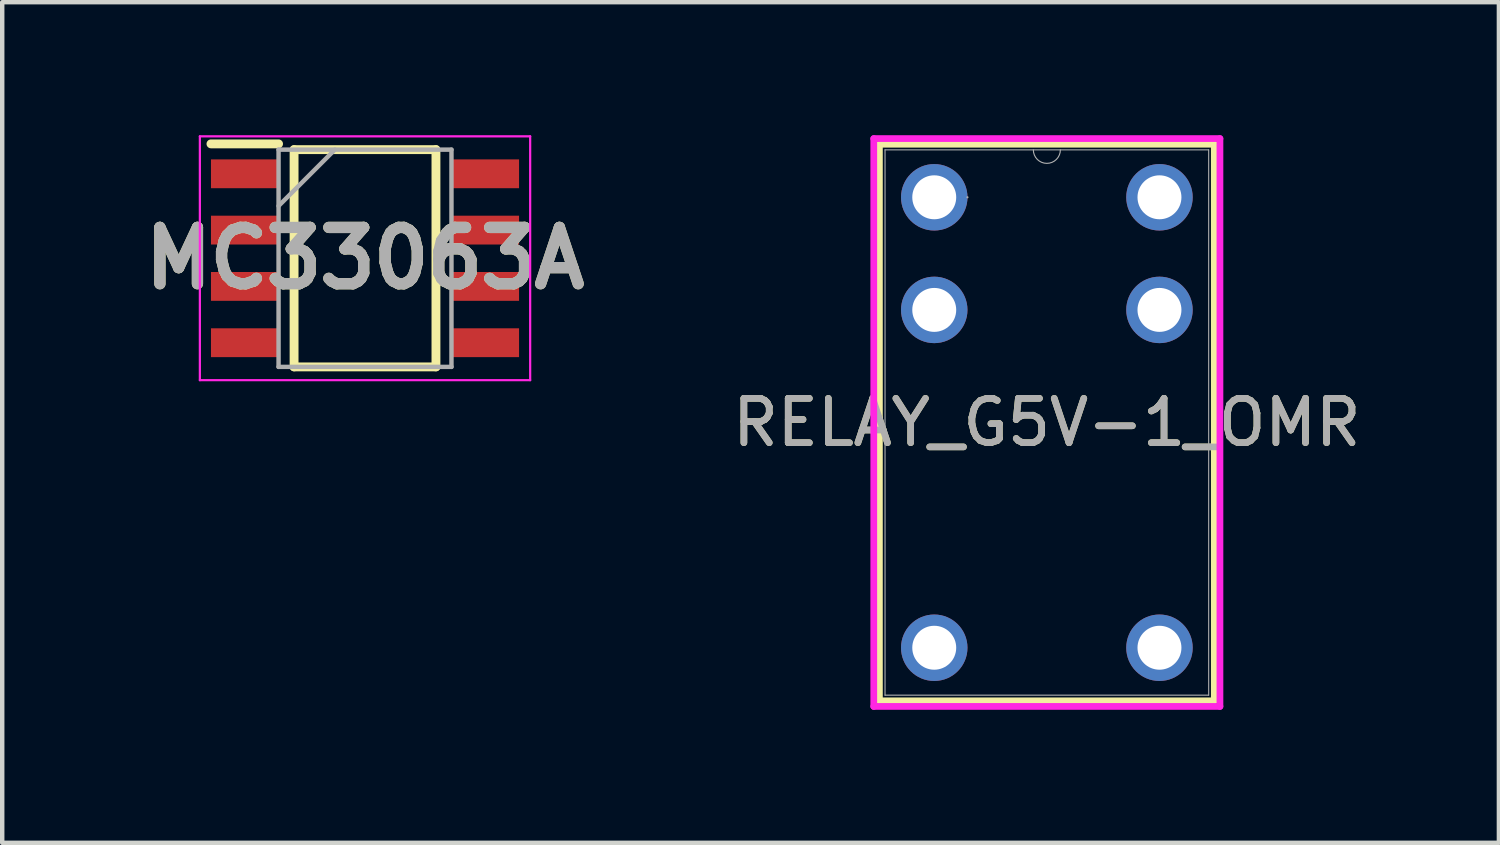
<source format=kicad_pcb>
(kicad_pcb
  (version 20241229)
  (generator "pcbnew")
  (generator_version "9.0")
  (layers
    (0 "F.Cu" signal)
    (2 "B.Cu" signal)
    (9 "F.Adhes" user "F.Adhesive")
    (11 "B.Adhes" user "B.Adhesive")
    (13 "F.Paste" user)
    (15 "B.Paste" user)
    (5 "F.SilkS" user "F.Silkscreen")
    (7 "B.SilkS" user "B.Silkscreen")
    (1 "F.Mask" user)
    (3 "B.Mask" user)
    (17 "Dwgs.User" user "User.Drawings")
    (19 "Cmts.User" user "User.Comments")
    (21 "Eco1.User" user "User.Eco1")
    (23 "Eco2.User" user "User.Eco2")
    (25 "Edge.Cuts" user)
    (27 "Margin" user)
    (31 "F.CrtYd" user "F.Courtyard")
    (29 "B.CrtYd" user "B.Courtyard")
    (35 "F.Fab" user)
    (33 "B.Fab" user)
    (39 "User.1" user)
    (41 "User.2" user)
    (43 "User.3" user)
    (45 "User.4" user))
  (footprint "RELAY_G5V-1_OMR"
    (layer "F.Cu")
    (at 23.102 11.56)
    (property "Reference" "RELAY_G5V-1_OMR" (at -2.54 -5.08 0) (unlocked yes) (layer "F.SilkS") (effects (font (size 1 1) (thickness 0.15))))
    (attr through_hole)
    (fp_line (start -6.317 -11.357) (end -6.317 1.197) (stroke (width 0.152) (type solid)) (layer "F.SilkS"))
    (fp_line (start -6.317 1.197) (end 1.237 1.197) (stroke (width 0.152) (type solid)) (layer "F.SilkS"))
    (fp_line (start 1.237 -11.357) (end -6.317 -11.357) (stroke (width 0.152) (type solid)) (layer "F.SilkS"))
    (fp_line (start 1.237 1.197) (end 1.237 -11.357) (stroke (width 0.152) (type solid)) (layer "F.SilkS"))
    (fp_line (start -6.444 -11.484) (end 1.364 -11.484) (stroke (width 0.152) (type solid)) (layer "F.CrtYd"))
    (fp_line (start -6.444 1.324) (end -6.444 -11.484) (stroke (width 0.152) (type solid)) (layer "F.CrtYd"))
    (fp_line (start 1.364 -11.484) (end 1.364 1.324) (stroke (width 0.152) (type solid)) (layer "F.CrtYd"))
    (fp_line (start 1.364 1.324) (end -6.444 1.324) (stroke (width 0.152) (type solid)) (layer "F.CrtYd"))
    (fp_line (start -6.19 -11.23) (end -6.19 1.07) (stroke (width 0.025) (type solid)) (layer "F.Fab"))
    (fp_line (start -6.19 1.07) (end 1.11 1.07) (stroke (width 0.025) (type solid)) (layer "F.Fab"))
    (fp_line (start 1.11 -11.23) (end -6.19 -11.23) (stroke (width 0.025) (type solid)) (layer "F.Fab"))
    (fp_line (start 1.11 1.07) (end 1.11 -11.23) (stroke (width 0.025) (type solid)) (layer "F.Fab"))
    (fp_arc (start -2.2352 -11.230001) (mid -2.54 -10.925201) (end -2.8448 -11.230001) (stroke (width 0.0254) (type solid)) (layer "F.Fab"))
    (fp_circle (center -4.331 -10.16) (end -4.331 -10.16) (stroke (width 0.025) (type solid)) (fill no) (layer "F.Fab"))
    (fp_text user "${REFERENCE}" (at -2.54 -5.08 0) (unlocked yes) (layer "F.Fab") (effects (font (size 1 1) (thickness 0.15))))
    (pad "1" thru_hole circle (at -5.08 -10.16) (size 1.499 1.499) (drill 0.991) (layers "*.Cu" "*.Mask"))
    (pad "2" thru_hole circle (at -5.08 -7.62) (size 1.499 1.499) (drill 0.991) (layers "*.Cu" "*.Mask"))
    (pad "5" thru_hole circle (at -5.08 0) (size 1.499 1.499) (drill 0.991) (layers "*.Cu" "*.Mask"))
    (pad "6" thru_hole circle (at 0 0) (size 1.499 1.499) (drill 0.991) (layers "*.Cu" "*.Mask"))
    (pad "9" thru_hole circle (at 0 -7.62) (size 1.499 1.499) (drill 0.991) (layers "*.Cu" "*.Mask"))
    (pad "10" thru_hole circle (at 0 -10.16) (size 1.499 1.499) (drill 0.991) (layers "*.Cu" "*.Mask")))
  (footprint "MC33063A"
    (layer "F.Cu")
    (at 5.183 2.775)
    (property "Reference" "MC33063A" (at 0 0 0) (layer "F.SilkS") (effects (font (size 1.27 1.27) (thickness 0.254))))
    (attr smd)
    (fp_line (start -3.475 -2.58) (end -1.95 -2.58) (stroke (width 0.2) (type solid)) (layer "F.SilkS"))
    (fp_line (start -1.6 -2.45) (end 1.6 -2.45) (stroke (width 0.2) (type solid)) (layer "F.SilkS"))
    (fp_line (start -1.6 2.45) (end -1.6 -2.45) (stroke (width 0.2) (type solid)) (layer "F.SilkS"))
    (fp_line (start 1.6 -2.45) (end 1.6 2.45) (stroke (width 0.2) (type solid)) (layer "F.SilkS"))
    (fp_line (start 1.6 2.45) (end -1.6 2.45) (stroke (width 0.2) (type solid)) (layer "F.SilkS"))
    (fp_line (start -3.725 -2.75) (end 3.725 -2.75) (stroke (width 0.05) (type solid)) (layer "F.CrtYd"))
    (fp_line (start -3.725 2.75) (end -3.725 -2.75) (stroke (width 0.05) (type solid)) (layer "F.CrtYd"))
    (fp_line (start 3.725 -2.75) (end 3.725 2.75) (stroke (width 0.05) (type solid)) (layer "F.CrtYd"))
    (fp_line (start 3.725 2.75) (end -3.725 2.75) (stroke (width 0.05) (type solid)) (layer "F.CrtYd"))
    (fp_line (start -1.95 -2.45) (end 1.95 -2.45) (stroke (width 0.1) (type solid)) (layer "F.Fab"))
    (fp_line (start -1.95 -1.18) (end -0.68 -2.45) (stroke (width 0.1) (type solid)) (layer "F.Fab"))
    (fp_line (start -1.95 2.45) (end -1.95 -2.45) (stroke (width 0.1) (type solid)) (layer "F.Fab"))
    (fp_line (start 1.95 -2.45) (end 1.95 2.45) (stroke (width 0.1) (type solid)) (layer "F.Fab"))
    (fp_line (start 1.95 2.45) (end -1.95 2.45) (stroke (width 0.1) (type solid)) (layer "F.Fab"))
    (fp_text user "${REFERENCE}" (at 0 0 0) (layer "F.Fab") (effects (font (size 1.27 1.27) (thickness 0.254))))
    (pad "1" smd rect (at -2.712 -1.905 90) (size 0.65 1.525) (layers "F.Cu" "F.Mask" "F.Paste"))
    (pad "2" smd rect (at -2.712 -0.635 90) (size 0.65 1.525) (layers "F.Cu" "F.Mask" "F.Paste"))
    (pad "3" smd rect (at -2.712 0.635 90) (size 0.65 1.525) (layers "F.Cu" "F.Mask" "F.Paste"))
    (pad "4" smd rect (at -2.712 1.905 90) (size 0.65 1.525) (layers "F.Cu" "F.Mask" "F.Paste"))
    (pad "5" smd rect (at 2.712 1.905 90) (size 0.65 1.525) (layers "F.Cu" "F.Mask" "F.Paste"))
    (pad "6" smd rect (at 2.712 0.635 90) (size 0.65 1.525) (layers "F.Cu" "F.Mask" "F.Paste"))
    (pad "7" smd rect (at 2.712 -0.635 90) (size 0.65 1.525) (layers "F.Cu" "F.Mask" "F.Paste"))
    (pad "8" smd rect (at 2.712 -1.905 90) (size 0.65 1.525) (layers "F.Cu" "F.Mask" "F.Paste")))
  (gr_rect
    (start -3 -3)
    (end 30.758 15.96)
    (stroke (width 0.1) (type default))
    (fill no)
    (layer "Edge.Cuts")))
</source>
